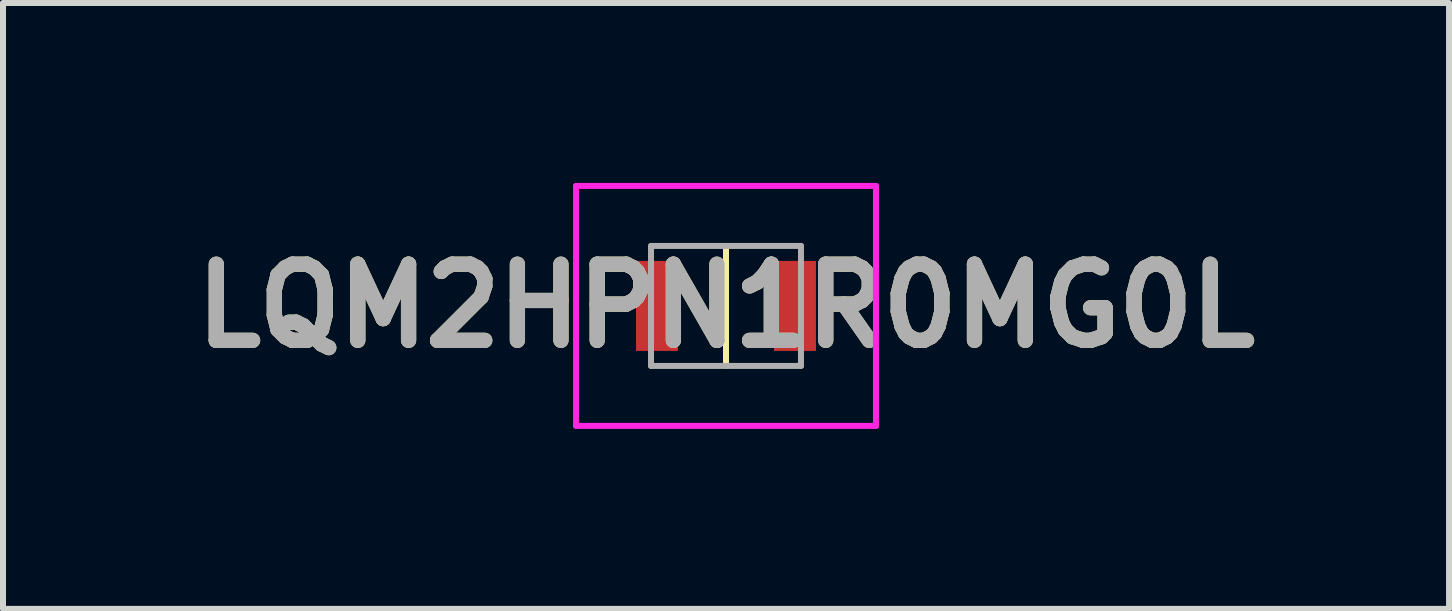
<source format=kicad_pcb>
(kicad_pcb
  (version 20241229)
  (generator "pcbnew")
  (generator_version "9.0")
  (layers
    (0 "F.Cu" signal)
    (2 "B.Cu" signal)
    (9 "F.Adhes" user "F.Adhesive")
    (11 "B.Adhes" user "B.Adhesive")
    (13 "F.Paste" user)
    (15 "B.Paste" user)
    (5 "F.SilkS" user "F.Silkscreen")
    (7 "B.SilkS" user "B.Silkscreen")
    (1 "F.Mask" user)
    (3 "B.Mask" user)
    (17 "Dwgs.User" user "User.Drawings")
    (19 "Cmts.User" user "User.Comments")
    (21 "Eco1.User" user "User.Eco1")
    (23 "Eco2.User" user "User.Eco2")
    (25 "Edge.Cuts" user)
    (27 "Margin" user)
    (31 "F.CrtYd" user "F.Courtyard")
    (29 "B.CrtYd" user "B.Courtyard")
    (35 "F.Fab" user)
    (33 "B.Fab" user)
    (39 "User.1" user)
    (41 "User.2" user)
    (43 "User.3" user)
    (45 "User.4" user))
  (footprint "LQM2HPN1R0MG0L"
    (layer "F.Cu")
    (at 9.053 2.05)
    (property "Reference" "LQM2HPN1R0MG0L" (at 0 0 0) (layer "F.SilkS") (effects (font (size 1.27 1.27) (thickness 0.254))))
    (attr smd)
    (fp_line (start 0 -1) (end 0 1) (stroke (width 0.1) (type solid)) (layer "F.SilkS"))
    (fp_line (start -2.5 -2) (end 2.5 -2) (stroke (width 0.1) (type solid)) (layer "F.CrtYd"))
    (fp_line (start -2.5 2) (end -2.5 -2) (stroke (width 0.1) (type solid)) (layer "F.CrtYd"))
    (fp_line (start 2.5 -2) (end 2.5 2) (stroke (width 0.1) (type solid)) (layer "F.CrtYd"))
    (fp_line (start 2.5 2) (end -2.5 2) (stroke (width 0.1) (type solid)) (layer "F.CrtYd"))
    (fp_line (start -1.25 -1) (end 1.25 -1) (stroke (width 0.1) (type solid)) (layer "F.Fab"))
    (fp_line (start -1.25 1) (end -1.25 -1) (stroke (width 0.1) (type solid)) (layer "F.Fab"))
    (fp_line (start 1.25 -1) (end 1.25 1) (stroke (width 0.1) (type solid)) (layer "F.Fab"))
    (fp_line (start 1.25 1) (end -1.25 1) (stroke (width 0.1) (type solid)) (layer "F.Fab"))
    (fp_text user "${REFERENCE}" (at 0 0 0) (layer "F.Fab") (effects (font (size 1.27 1.27) (thickness 0.254))))
    (pad "1" smd rect (at -1.15 0) (size 0.7 1.5) (layers "F.Cu" "F.Mask" "F.Paste"))
    (pad "2" smd rect (at 1.15 0) (size 0.7 1.5) (layers "F.Cu" "F.Mask" "F.Paste")))
  (gr_rect
    (start -3 -3)
    (end 21.107 7.1)
    (stroke (width 0.1) (type default))
    (fill no)
    (layer "Edge.Cuts")))
</source>
